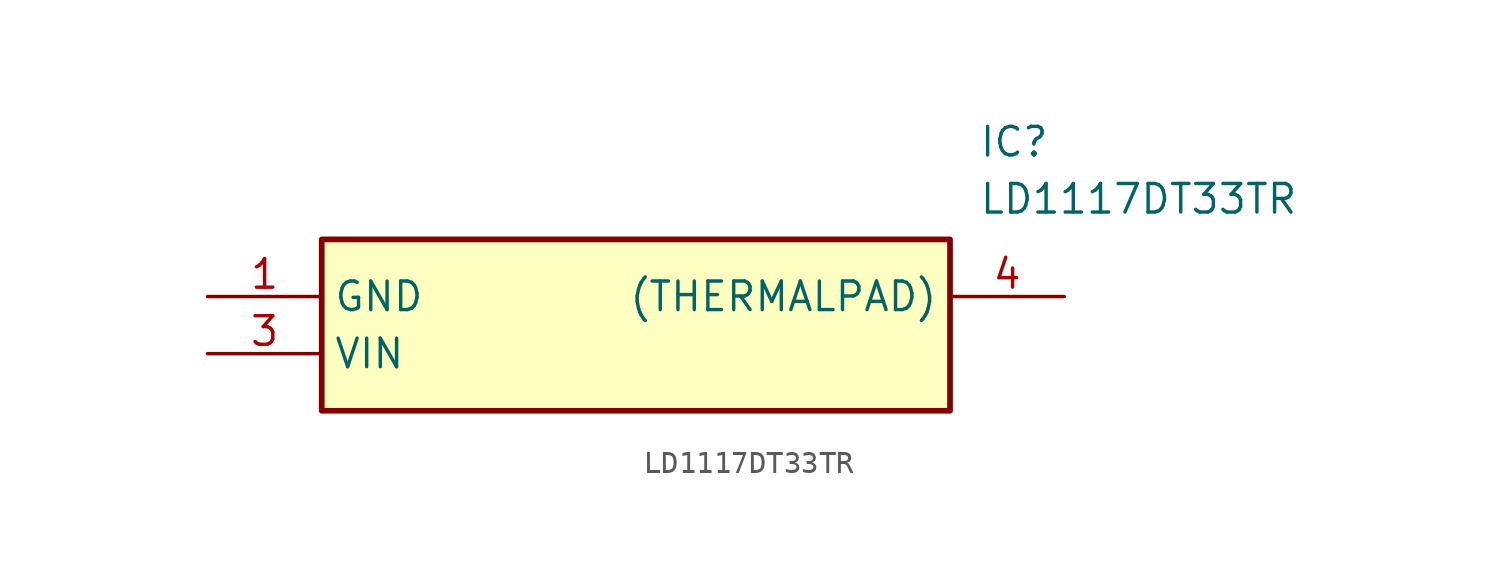
<source format=kicad_sym>
(kicad_symbol_lib
  (version 20211014)
  (generator SamacSys_ECAD_Model)
  (symbol "LD1117DT33TR"
    (property "Reference" "IC"
      (at 34.29 7.62 0)
      (effects (font (size 1.27 1.27)) (justify left top)))
    (property "Value" "LD1117DT33TR"
      (at 34.29 5.08 0)
      (effects (font (size 1.27 1.27)) (justify left top)))
    (rectangle
      (start 5.08 2.54)
      (end 33.02 -5.08)
      (stroke (width 0.254) (type default))
      (fill (type background)))
    (pin input line
      (at 0 0 0)
      (length 5.08)
      (name "GND" (effects (font (size 1.27 1.27))))
      (number "1" (effects (font (size 1.27 1.27)))))
    (pin output line
      (at 0 -2.54 0)
      (length 5.08)
      (name "VIN" (effects (font (size 1.27 1.27))))
      (number "3" (effects (font (size 1.27 1.27)))))
    (pin output line
      (at 38.1 0 180)
      (length 5.08)
      (name "(THERMALPAD)" (effects (font (size 1.27 1.27))))
      (number "4" (effects (font (size 1.27 1.27)))))))
</source>
